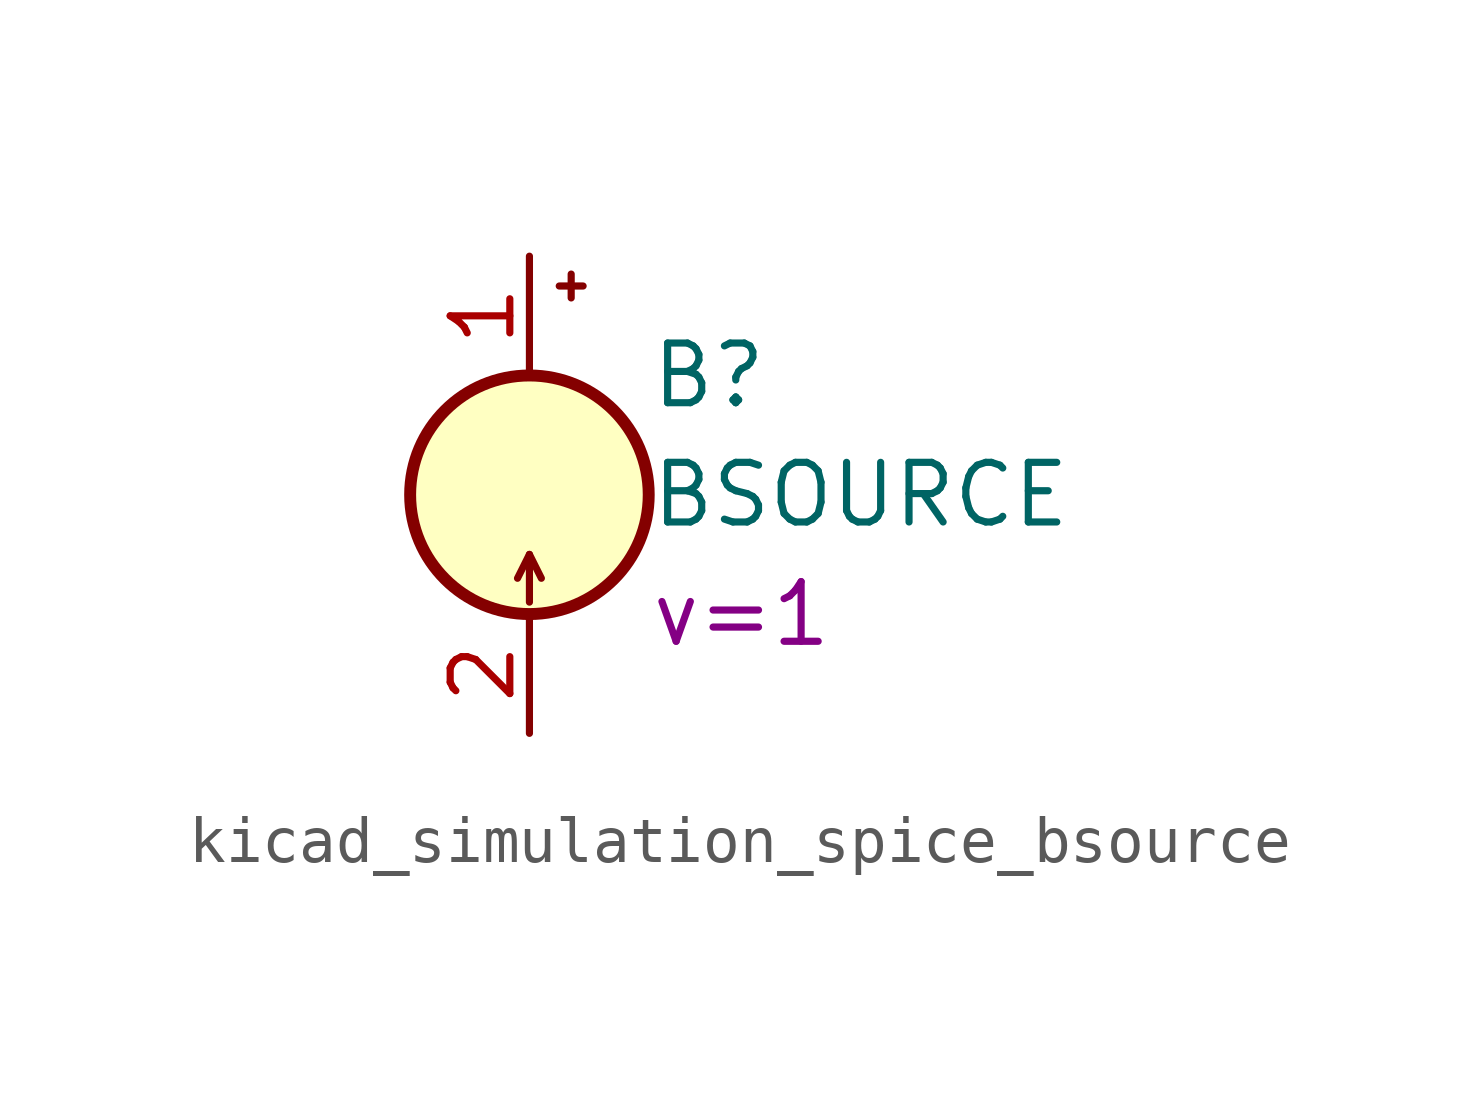
<source format=kicad_sym>
(kicad_symbol_lib
  (version 20220914)
  (generator kicad_symbol_editor)
  (symbol "kicad_simulation_spice_bsource"
    (pin_names
      (offset 1.016) hide)
    (property "Reference" "B"
      (at 2.54 2.54 0)
      (effects (font (size 1.27 1.27)) (justify left)))
    (property "Value" "BSOURCE"
      (at 2.54 0 0)
      (effects (font (size 1.27 1.27)) (justify left)))
    (property "Sim.Params" "v=1"
      (at 2.54 -2.54 0)
      (effects (font (size 1.27 1.27)) (justify left)))
    (symbol "kicad_simulation_spice_bsource_0_1"
      (polyline (pts (xy 0 -1.27) (xy 0 -2.286)) (stroke (width 0) (type default)) (fill (type none)))
      (polyline (pts (xy 0.254 -1.778) (xy 0 -1.27) (xy -0.254 -1.778)) (stroke (width 0) (type default)) (fill (type none)))
      (circle (center 0 0) (radius 2.54) (stroke (width 0.254) (type default)) (fill (type background))))
    (symbol "kicad_simulation_spice_bsource_1_1"
      (polyline (pts (xy 0.635 4.445) (xy 1.143 4.445)) (stroke (width 0) (type default)) (fill (type none)))
      (polyline (pts (xy 0.889 4.699) (xy 0.889 4.191)) (stroke (width 0) (type default)) (fill (type none)))
      (pin passive line (at 0 5.08 270) (length 2.54) (name "N+" (effects (font (size 1.27 1.27)))) (number "1" (effects (font (size 1.27 1.27)))))
      (pin passive line (at 0 -5.08 90) (length 2.54) (name "N-" (effects (font (size 1.27 1.27)))) (number "2" (effects (font (size 1.27 1.27))))))))
</source>
